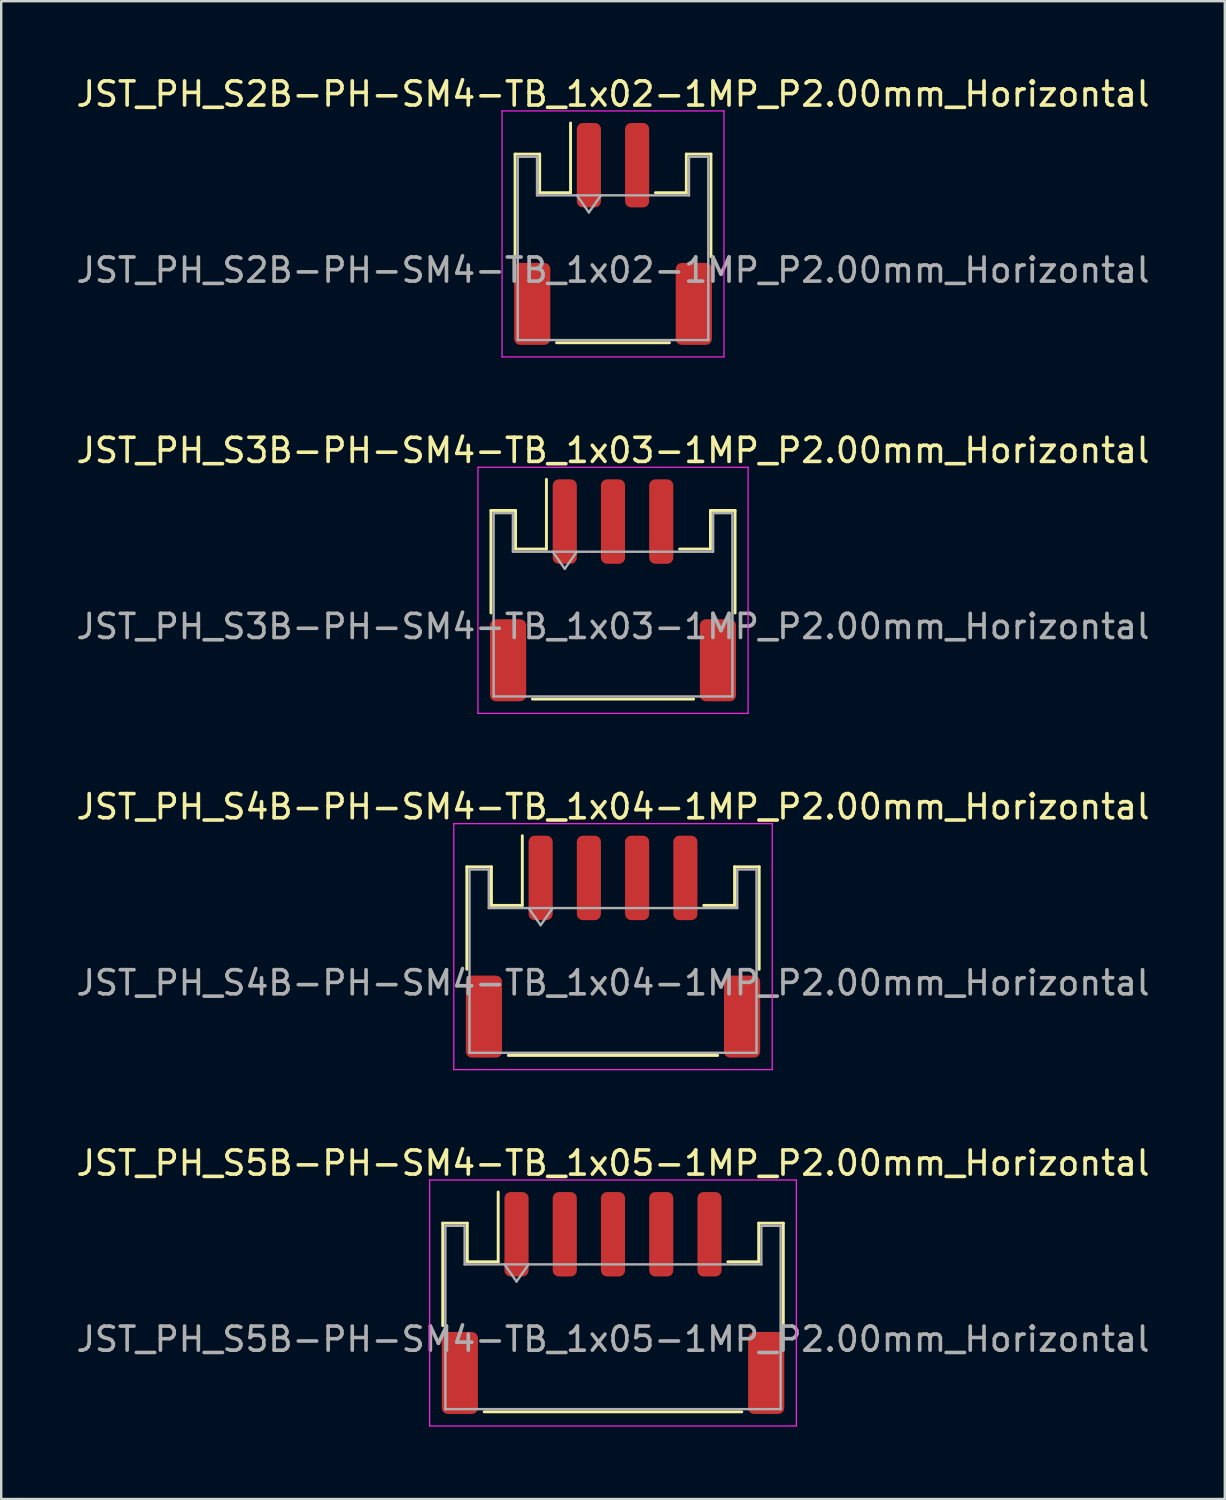
<source format=kicad_pcb>
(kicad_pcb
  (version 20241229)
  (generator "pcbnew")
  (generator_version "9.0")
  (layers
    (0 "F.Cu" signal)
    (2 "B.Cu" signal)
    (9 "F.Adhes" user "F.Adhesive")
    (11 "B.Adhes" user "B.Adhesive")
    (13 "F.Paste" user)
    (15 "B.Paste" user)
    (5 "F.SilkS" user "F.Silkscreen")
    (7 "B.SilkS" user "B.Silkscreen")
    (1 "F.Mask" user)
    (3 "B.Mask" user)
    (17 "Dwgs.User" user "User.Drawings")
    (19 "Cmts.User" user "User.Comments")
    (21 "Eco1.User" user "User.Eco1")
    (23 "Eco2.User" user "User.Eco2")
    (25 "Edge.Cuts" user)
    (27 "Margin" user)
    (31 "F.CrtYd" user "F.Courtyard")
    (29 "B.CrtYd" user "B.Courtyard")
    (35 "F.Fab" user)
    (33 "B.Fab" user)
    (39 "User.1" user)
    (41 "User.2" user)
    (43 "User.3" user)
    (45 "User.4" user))
  (footprint "JST_PH_S3B-PH-SM4-TB_1x03-1MP_P2.00mm_Horizontal"
    (layer "F.Cu")
    (at 22.363 21.422)
    (property "Reference" "JST_PH_S3B-PH-SM4-TB_1x03-1MP_P2.00mm_Horizontal" (at 0 -5.8 0) (layer "F.SilkS") (effects (font (size 1 1) (thickness 0.15))))
    (attr smd)
    (fp_line (start -5.06 -3.31) (end -4.04 -3.31) (stroke (width 0.12) (type solid)) (layer "F.SilkS"))
    (fp_line (start -5.06 0.94) (end -5.06 -3.31) (stroke (width 0.12) (type solid)) (layer "F.SilkS"))
    (fp_line (start -4.04 -3.31) (end -4.04 -1.71) (stroke (width 0.12) (type solid)) (layer "F.SilkS"))
    (fp_line (start -4.04 -1.71) (end -2.76 -1.71) (stroke (width 0.12) (type solid)) (layer "F.SilkS"))
    (fp_line (start -3.34 4.51) (end 3.34 4.51) (stroke (width 0.12) (type solid)) (layer "F.SilkS"))
    (fp_line (start -2.76 -1.71) (end -2.76 -4.6) (stroke (width 0.12) (type solid)) (layer "F.SilkS"))
    (fp_line (start 4.04 -3.31) (end 4.04 -1.71) (stroke (width 0.12) (type solid)) (layer "F.SilkS"))
    (fp_line (start 4.04 -1.71) (end 2.76 -1.71) (stroke (width 0.12) (type solid)) (layer "F.SilkS"))
    (fp_line (start 5.06 -3.31) (end 4.04 -3.31) (stroke (width 0.12) (type solid)) (layer "F.SilkS"))
    (fp_line (start 5.06 0.94) (end 5.06 -3.31) (stroke (width 0.12) (type solid)) (layer "F.SilkS"))
    (fp_line (start -5.6 -5.1) (end -5.6 5.1) (stroke (width 0.05) (type solid)) (layer "F.CrtYd"))
    (fp_line (start -5.6 5.1) (end 5.6 5.1) (stroke (width 0.05) (type solid)) (layer "F.CrtYd"))
    (fp_line (start 5.6 -5.1) (end -5.6 -5.1) (stroke (width 0.05) (type solid)) (layer "F.CrtYd"))
    (fp_line (start 5.6 5.1) (end 5.6 -5.1) (stroke (width 0.05) (type solid)) (layer "F.CrtYd"))
    (fp_line (start -4.95 -3.2) (end -4.95 4.4) (stroke (width 0.1) (type solid)) (layer "F.Fab"))
    (fp_line (start -4.95 -3.2) (end -4.15 -3.2) (stroke (width 0.1) (type solid)) (layer "F.Fab"))
    (fp_line (start -4.95 4.4) (end 4.95 4.4) (stroke (width 0.1) (type solid)) (layer "F.Fab"))
    (fp_line (start -4.15 -3.2) (end -4.15 -1.6) (stroke (width 0.1) (type solid)) (layer "F.Fab"))
    (fp_line (start -4.15 -1.6) (end 4.15 -1.6) (stroke (width 0.1) (type solid)) (layer "F.Fab"))
    (fp_line (start -2.5 -1.6) (end -2 -0.893) (stroke (width 0.1) (type solid)) (layer "F.Fab"))
    (fp_line (start -2 -0.893) (end -1.5 -1.6) (stroke (width 0.1) (type solid)) (layer "F.Fab"))
    (fp_line (start 4.15 -3.2) (end 4.95 -3.2) (stroke (width 0.1) (type solid)) (layer "F.Fab"))
    (fp_line (start 4.15 -1.6) (end 4.15 -3.2) (stroke (width 0.1) (type solid)) (layer "F.Fab"))
    (fp_line (start 4.95 -3.2) (end 4.95 4.4) (stroke (width 0.1) (type solid)) (layer "F.Fab"))
    (fp_text user "${REFERENCE}" (at 0 1.5 0) (layer "F.Fab") (effects (font (size 1 1) (thickness 0.15))))
    (pad "1" smd roundrect (at -2 -2.85) (size 1 3.5) (layers "F.Cu" "F.Mask" "F.Paste") (roundrect_rratio 0.25))
    (pad "2" smd roundrect (at 0 -2.85) (size 1 3.5) (layers "F.Cu" "F.Mask" "F.Paste") (roundrect_rratio 0.25))
    (pad "3" smd roundrect (at 2 -2.85) (size 1 3.5) (layers "F.Cu" "F.Mask" "F.Paste") (roundrect_rratio 0.25))
    (pad "MP" smd roundrect (at -4.35 2.9) (size 1.5 3.4) (layers "F.Cu" "F.Mask" "F.Paste") (roundrect_rratio 0.167))
    (pad "MP" smd roundrect (at 4.35 2.9) (size 1.5 3.4) (layers "F.Cu" "F.Mask" "F.Paste") (roundrect_rratio 0.167)))
  (footprint "JST_PH_S5B-PH-SM4-TB_1x05-1MP_P2.00mm_Horizontal"
    (layer "F.Cu")
    (at 22.363 50.968)
    (property "Reference" "JST_PH_S5B-PH-SM4-TB_1x05-1MP_P2.00mm_Horizontal" (at 0 -5.8 0) (layer "F.SilkS") (effects (font (size 1 1) (thickness 0.15))))
    (attr smd)
    (fp_line (start -7.06 -3.31) (end -6.04 -3.31) (stroke (width 0.12) (type solid)) (layer "F.SilkS"))
    (fp_line (start -7.06 0.94) (end -7.06 -3.31) (stroke (width 0.12) (type solid)) (layer "F.SilkS"))
    (fp_line (start -6.04 -3.31) (end -6.04 -1.71) (stroke (width 0.12) (type solid)) (layer "F.SilkS"))
    (fp_line (start -6.04 -1.71) (end -4.76 -1.71) (stroke (width 0.12) (type solid)) (layer "F.SilkS"))
    (fp_line (start -5.34 4.51) (end 5.34 4.51) (stroke (width 0.12) (type solid)) (layer "F.SilkS"))
    (fp_line (start -4.76 -1.71) (end -4.76 -4.6) (stroke (width 0.12) (type solid)) (layer "F.SilkS"))
    (fp_line (start 6.04 -3.31) (end 6.04 -1.71) (stroke (width 0.12) (type solid)) (layer "F.SilkS"))
    (fp_line (start 6.04 -1.71) (end 4.76 -1.71) (stroke (width 0.12) (type solid)) (layer "F.SilkS"))
    (fp_line (start 7.06 -3.31) (end 6.04 -3.31) (stroke (width 0.12) (type solid)) (layer "F.SilkS"))
    (fp_line (start 7.06 0.94) (end 7.06 -3.31) (stroke (width 0.12) (type solid)) (layer "F.SilkS"))
    (fp_line (start -7.6 -5.1) (end -7.6 5.1) (stroke (width 0.05) (type solid)) (layer "F.CrtYd"))
    (fp_line (start -7.6 5.1) (end 7.6 5.1) (stroke (width 0.05) (type solid)) (layer "F.CrtYd"))
    (fp_line (start 7.6 -5.1) (end -7.6 -5.1) (stroke (width 0.05) (type solid)) (layer "F.CrtYd"))
    (fp_line (start 7.6 5.1) (end 7.6 -5.1) (stroke (width 0.05) (type solid)) (layer "F.CrtYd"))
    (fp_line (start -6.95 -3.2) (end -6.95 4.4) (stroke (width 0.1) (type solid)) (layer "F.Fab"))
    (fp_line (start -6.95 -3.2) (end -6.15 -3.2) (stroke (width 0.1) (type solid)) (layer "F.Fab"))
    (fp_line (start -6.95 4.4) (end 6.95 4.4) (stroke (width 0.1) (type solid)) (layer "F.Fab"))
    (fp_line (start -6.15 -3.2) (end -6.15 -1.6) (stroke (width 0.1) (type solid)) (layer "F.Fab"))
    (fp_line (start -6.15 -1.6) (end 6.15 -1.6) (stroke (width 0.1) (type solid)) (layer "F.Fab"))
    (fp_line (start -4.5 -1.6) (end -4 -0.893) (stroke (width 0.1) (type solid)) (layer "F.Fab"))
    (fp_line (start -4 -0.893) (end -3.5 -1.6) (stroke (width 0.1) (type solid)) (layer "F.Fab"))
    (fp_line (start 6.15 -3.2) (end 6.95 -3.2) (stroke (width 0.1) (type solid)) (layer "F.Fab"))
    (fp_line (start 6.15 -1.6) (end 6.15 -3.2) (stroke (width 0.1) (type solid)) (layer "F.Fab"))
    (fp_line (start 6.95 -3.2) (end 6.95 4.4) (stroke (width 0.1) (type solid)) (layer "F.Fab"))
    (fp_text user "${REFERENCE}" (at 0 1.5 0) (layer "F.Fab") (effects (font (size 1 1) (thickness 0.15))))
    (pad "1" smd roundrect (at -4 -2.85) (size 1 3.5) (layers "F.Cu" "F.Mask" "F.Paste") (roundrect_rratio 0.25))
    (pad "2" smd roundrect (at -2 -2.85) (size 1 3.5) (layers "F.Cu" "F.Mask" "F.Paste") (roundrect_rratio 0.25))
    (pad "3" smd roundrect (at 0 -2.85) (size 1 3.5) (layers "F.Cu" "F.Mask" "F.Paste") (roundrect_rratio 0.25))
    (pad "4" smd roundrect (at 2 -2.85) (size 1 3.5) (layers "F.Cu" "F.Mask" "F.Paste") (roundrect_rratio 0.25))
    (pad "5" smd roundrect (at 4 -2.85) (size 1 3.5) (layers "F.Cu" "F.Mask" "F.Paste") (roundrect_rratio 0.25))
    (pad "MP" smd roundrect (at -6.35 2.9) (size 1.5 3.4) (layers "F.Cu" "F.Mask" "F.Paste") (roundrect_rratio 0.167))
    (pad "MP" smd roundrect (at 6.35 2.9) (size 1.5 3.4) (layers "F.Cu" "F.Mask" "F.Paste") (roundrect_rratio 0.167)))
  (footprint "JST_PH_S4B-PH-SM4-TB_1x04-1MP_P2.00mm_Horizontal"
    (layer "F.Cu")
    (at 22.363 36.195)
    (property "Reference" "JST_PH_S4B-PH-SM4-TB_1x04-1MP_P2.00mm_Horizontal" (at 0 -5.8 0) (layer "F.SilkS") (effects (font (size 1 1) (thickness 0.15))))
    (attr smd)
    (fp_line (start -6.06 -3.31) (end -5.04 -3.31) (stroke (width 0.12) (type solid)) (layer "F.SilkS"))
    (fp_line (start -6.06 0.94) (end -6.06 -3.31) (stroke (width 0.12) (type solid)) (layer "F.SilkS"))
    (fp_line (start -5.04 -3.31) (end -5.04 -1.71) (stroke (width 0.12) (type solid)) (layer "F.SilkS"))
    (fp_line (start -5.04 -1.71) (end -3.76 -1.71) (stroke (width 0.12) (type solid)) (layer "F.SilkS"))
    (fp_line (start -4.34 4.51) (end 4.34 4.51) (stroke (width 0.12) (type solid)) (layer "F.SilkS"))
    (fp_line (start -3.76 -1.71) (end -3.76 -4.6) (stroke (width 0.12) (type solid)) (layer "F.SilkS"))
    (fp_line (start 5.04 -3.31) (end 5.04 -1.71) (stroke (width 0.12) (type solid)) (layer "F.SilkS"))
    (fp_line (start 5.04 -1.71) (end 3.76 -1.71) (stroke (width 0.12) (type solid)) (layer "F.SilkS"))
    (fp_line (start 6.06 -3.31) (end 5.04 -3.31) (stroke (width 0.12) (type solid)) (layer "F.SilkS"))
    (fp_line (start 6.06 0.94) (end 6.06 -3.31) (stroke (width 0.12) (type solid)) (layer "F.SilkS"))
    (fp_line (start -6.6 -5.1) (end -6.6 5.1) (stroke (width 0.05) (type solid)) (layer "F.CrtYd"))
    (fp_line (start -6.6 5.1) (end 6.6 5.1) (stroke (width 0.05) (type solid)) (layer "F.CrtYd"))
    (fp_line (start 6.6 -5.1) (end -6.6 -5.1) (stroke (width 0.05) (type solid)) (layer "F.CrtYd"))
    (fp_line (start 6.6 5.1) (end 6.6 -5.1) (stroke (width 0.05) (type solid)) (layer "F.CrtYd"))
    (fp_line (start -5.95 -3.2) (end -5.95 4.4) (stroke (width 0.1) (type solid)) (layer "F.Fab"))
    (fp_line (start -5.95 -3.2) (end -5.15 -3.2) (stroke (width 0.1) (type solid)) (layer "F.Fab"))
    (fp_line (start -5.95 4.4) (end 5.95 4.4) (stroke (width 0.1) (type solid)) (layer "F.Fab"))
    (fp_line (start -5.15 -3.2) (end -5.15 -1.6) (stroke (width 0.1) (type solid)) (layer "F.Fab"))
    (fp_line (start -5.15 -1.6) (end 5.15 -1.6) (stroke (width 0.1) (type solid)) (layer "F.Fab"))
    (fp_line (start -3.5 -1.6) (end -3 -0.893) (stroke (width 0.1) (type solid)) (layer "F.Fab"))
    (fp_line (start -3 -0.893) (end -2.5 -1.6) (stroke (width 0.1) (type solid)) (layer "F.Fab"))
    (fp_line (start 5.15 -3.2) (end 5.95 -3.2) (stroke (width 0.1) (type solid)) (layer "F.Fab"))
    (fp_line (start 5.15 -1.6) (end 5.15 -3.2) (stroke (width 0.1) (type solid)) (layer "F.Fab"))
    (fp_line (start 5.95 -3.2) (end 5.95 4.4) (stroke (width 0.1) (type solid)) (layer "F.Fab"))
    (fp_text user "${REFERENCE}" (at 0 1.5 0) (layer "F.Fab") (effects (font (size 1 1) (thickness 0.15))))
    (pad "1" smd roundrect (at -3 -2.85) (size 1 3.5) (layers "F.Cu" "F.Mask" "F.Paste") (roundrect_rratio 0.25))
    (pad "2" smd roundrect (at -1 -2.85) (size 1 3.5) (layers "F.Cu" "F.Mask" "F.Paste") (roundrect_rratio 0.25))
    (pad "3" smd roundrect (at 1 -2.85) (size 1 3.5) (layers "F.Cu" "F.Mask" "F.Paste") (roundrect_rratio 0.25))
    (pad "4" smd roundrect (at 3 -2.85) (size 1 3.5) (layers "F.Cu" "F.Mask" "F.Paste") (roundrect_rratio 0.25))
    (pad "MP" smd roundrect (at -5.35 2.9) (size 1.5 3.4) (layers "F.Cu" "F.Mask" "F.Paste") (roundrect_rratio 0.167))
    (pad "MP" smd roundrect (at 5.35 2.9) (size 1.5 3.4) (layers "F.Cu" "F.Mask" "F.Paste") (roundrect_rratio 0.167)))
  (footprint "JST_PH_S2B-PH-SM4-TB_1x02-1MP_P2.00mm_Horizontal"
    (layer "F.Cu")
    (at 22.363 6.648)
    (property "Reference" "JST_PH_S2B-PH-SM4-TB_1x02-1MP_P2.00mm_Horizontal" (at 0 -5.8 0) (layer "F.SilkS") (effects (font (size 1 1) (thickness 0.15))))
    (attr smd)
    (fp_line (start -4.06 -3.31) (end -3.04 -3.31) (stroke (width 0.12) (type solid)) (layer "F.SilkS"))
    (fp_line (start -4.06 0.94) (end -4.06 -3.31) (stroke (width 0.12) (type solid)) (layer "F.SilkS"))
    (fp_line (start -3.04 -3.31) (end -3.04 -1.71) (stroke (width 0.12) (type solid)) (layer "F.SilkS"))
    (fp_line (start -3.04 -1.71) (end -1.76 -1.71) (stroke (width 0.12) (type solid)) (layer "F.SilkS"))
    (fp_line (start -2.34 4.51) (end 2.34 4.51) (stroke (width 0.12) (type solid)) (layer "F.SilkS"))
    (fp_line (start -1.76 -1.71) (end -1.76 -4.6) (stroke (width 0.12) (type solid)) (layer "F.SilkS"))
    (fp_line (start 3.04 -3.31) (end 3.04 -1.71) (stroke (width 0.12) (type solid)) (layer "F.SilkS"))
    (fp_line (start 3.04 -1.71) (end 1.76 -1.71) (stroke (width 0.12) (type solid)) (layer "F.SilkS"))
    (fp_line (start 4.06 -3.31) (end 3.04 -3.31) (stroke (width 0.12) (type solid)) (layer "F.SilkS"))
    (fp_line (start 4.06 0.94) (end 4.06 -3.31) (stroke (width 0.12) (type solid)) (layer "F.SilkS"))
    (fp_line (start -4.6 -5.1) (end -4.6 5.1) (stroke (width 0.05) (type solid)) (layer "F.CrtYd"))
    (fp_line (start -4.6 5.1) (end 4.6 5.1) (stroke (width 0.05) (type solid)) (layer "F.CrtYd"))
    (fp_line (start 4.6 -5.1) (end -4.6 -5.1) (stroke (width 0.05) (type solid)) (layer "F.CrtYd"))
    (fp_line (start 4.6 5.1) (end 4.6 -5.1) (stroke (width 0.05) (type solid)) (layer "F.CrtYd"))
    (fp_line (start -3.95 -3.2) (end -3.95 4.4) (stroke (width 0.1) (type solid)) (layer "F.Fab"))
    (fp_line (start -3.95 -3.2) (end -3.15 -3.2) (stroke (width 0.1) (type solid)) (layer "F.Fab"))
    (fp_line (start -3.95 4.4) (end 3.95 4.4) (stroke (width 0.1) (type solid)) (layer "F.Fab"))
    (fp_line (start -3.15 -3.2) (end -3.15 -1.6) (stroke (width 0.1) (type solid)) (layer "F.Fab"))
    (fp_line (start -3.15 -1.6) (end 3.15 -1.6) (stroke (width 0.1) (type solid)) (layer "F.Fab"))
    (fp_line (start -1.5 -1.6) (end -1 -0.893) (stroke (width 0.1) (type solid)) (layer "F.Fab"))
    (fp_line (start -1 -0.893) (end -0.5 -1.6) (stroke (width 0.1) (type solid)) (layer "F.Fab"))
    (fp_line (start 3.15 -3.2) (end 3.95 -3.2) (stroke (width 0.1) (type solid)) (layer "F.Fab"))
    (fp_line (start 3.15 -1.6) (end 3.15 -3.2) (stroke (width 0.1) (type solid)) (layer "F.Fab"))
    (fp_line (start 3.95 -3.2) (end 3.95 4.4) (stroke (width 0.1) (type solid)) (layer "F.Fab"))
    (fp_text user "${REFERENCE}" (at 0 1.5 0) (layer "F.Fab") (effects (font (size 1 1) (thickness 0.15))))
    (pad "1" smd roundrect (at -1 -2.85) (size 1 3.5) (layers "F.Cu" "F.Mask" "F.Paste") (roundrect_rratio 0.25))
    (pad "2" smd roundrect (at 1 -2.85) (size 1 3.5) (layers "F.Cu" "F.Mask" "F.Paste") (roundrect_rratio 0.25))
    (pad "MP" smd roundrect (at -3.35 2.9) (size 1.5 3.4) (layers "F.Cu" "F.Mask" "F.Paste") (roundrect_rratio 0.167))
    (pad "MP" smd roundrect (at 3.35 2.9) (size 1.5 3.4) (layers "F.Cu" "F.Mask" "F.Paste") (roundrect_rratio 0.167)))
  (gr_rect
    (start -3 -3)
    (end 47.726 59.093)
    (stroke (width 0.1) (type default))
    (fill no)
    (layer "Edge.Cuts")))
</source>
